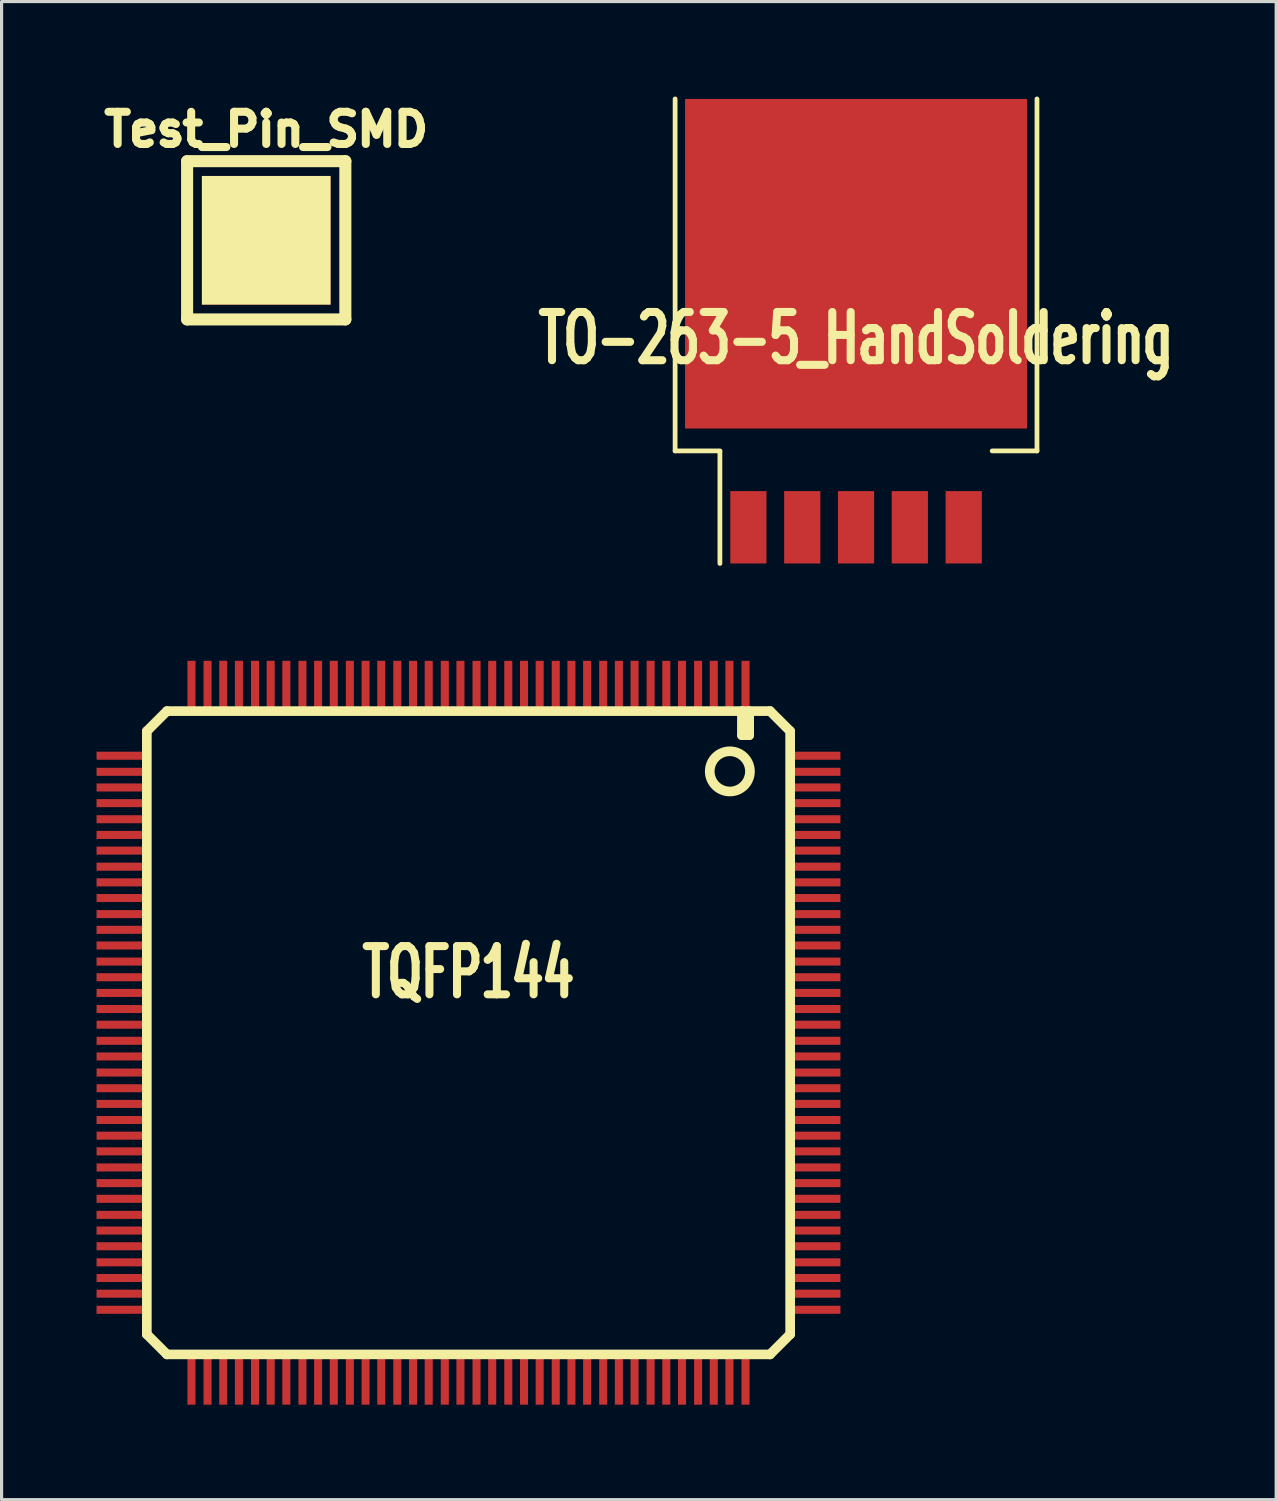
<source format=kicad_pcb>
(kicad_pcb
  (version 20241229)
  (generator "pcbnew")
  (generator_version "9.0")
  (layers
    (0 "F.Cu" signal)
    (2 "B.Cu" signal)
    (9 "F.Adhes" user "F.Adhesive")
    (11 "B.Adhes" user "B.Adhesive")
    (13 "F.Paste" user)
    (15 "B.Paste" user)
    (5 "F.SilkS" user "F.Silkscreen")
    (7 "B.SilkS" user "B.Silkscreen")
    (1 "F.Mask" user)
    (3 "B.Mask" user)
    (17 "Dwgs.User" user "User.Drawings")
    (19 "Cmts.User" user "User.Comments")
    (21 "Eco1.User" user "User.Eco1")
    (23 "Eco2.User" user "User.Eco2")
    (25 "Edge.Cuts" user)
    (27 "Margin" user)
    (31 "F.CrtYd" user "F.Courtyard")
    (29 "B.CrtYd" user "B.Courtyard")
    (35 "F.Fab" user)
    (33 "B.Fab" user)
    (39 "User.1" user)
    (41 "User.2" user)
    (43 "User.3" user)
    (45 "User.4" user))
  (footprint "TQFP144"
    (layer "F.Cu")
    (at 11.748 29.57)
    (property "Reference" "TQFP144" (at 0 -1.905 0) (layer "F.SilkS") (effects (font (size 1.524 1.016) (thickness 0.305))))
    (attr smd)
    (fp_line (start -10.16 -9.525) (end -10.16 9.525) (stroke (width 0.305) (type solid)) (layer "F.SilkS"))
    (fp_line (start -10.16 9.525) (end -9.525 10.16) (stroke (width 0.305) (type solid)) (layer "F.SilkS"))
    (fp_line (start -9.525 -10.16) (end -10.16 -9.525) (stroke (width 0.305) (type solid)) (layer "F.SilkS"))
    (fp_line (start -9.525 10.16) (end 9.525 10.16) (stroke (width 0.305) (type solid)) (layer "F.SilkS"))
    (fp_line (start 8.636 -10.16) (end 8.636 -9.398) (stroke (width 0.305) (type solid)) (layer "F.SilkS"))
    (fp_line (start 8.636 -9.398) (end 8.865 -9.398) (stroke (width 0.305) (type solid)) (layer "F.SilkS"))
    (fp_line (start 8.865 -9.398) (end 8.865 -10.16) (stroke (width 0.305) (type solid)) (layer "F.SilkS"))
    (fp_line (start 9.525 -10.16) (end -9.525 -10.16) (stroke (width 0.305) (type solid)) (layer "F.SilkS"))
    (fp_line (start 9.525 10.16) (end 10.16 9.525) (stroke (width 0.305) (type solid)) (layer "F.SilkS"))
    (fp_line (start 10.16 -9.525) (end 9.525 -10.16) (stroke (width 0.305) (type solid)) (layer "F.SilkS"))
    (fp_line (start 10.16 9.525) (end 10.16 -9.525) (stroke (width 0.305) (type solid)) (layer "F.SilkS"))
    (fp_circle (center 8.255 -8.255) (end 8.255 -8.89) (stroke (width 0.305) (type solid)) (fill no) (layer "F.SilkS"))
    (pad "1" smd rect (at 8.75 -10.986) (size 0.254 1.524) (layers "F.Cu" "F.Mask" "F.Paste"))
    (pad "2" smd rect (at 8.242 -10.986) (size 0.254 1.524) (layers "F.Cu" "F.Mask" "F.Paste"))
    (pad "3" smd rect (at 7.747 -10.986) (size 0.254 1.524) (layers "F.Cu" "F.Mask" "F.Paste"))
    (pad "4" smd rect (at 7.252 -10.986) (size 0.254 1.524) (layers "F.Cu" "F.Mask" "F.Paste"))
    (pad "5" smd rect (at 6.744 -10.986) (size 0.254 1.524) (layers "F.Cu" "F.Mask" "F.Paste"))
    (pad "6" smd rect (at 6.248 -10.986) (size 0.254 1.524) (layers "F.Cu" "F.Mask" "F.Paste"))
    (pad "7" smd rect (at 5.753 -10.986) (size 0.254 1.524) (layers "F.Cu" "F.Mask" "F.Paste"))
    (pad "8" smd rect (at 5.245 -10.986) (size 0.254 1.524) (layers "F.Cu" "F.Mask" "F.Paste"))
    (pad "9" smd rect (at 4.75 -10.986) (size 0.254 1.524) (layers "F.Cu" "F.Mask" "F.Paste"))
    (pad "10" smd rect (at 4.255 -10.986) (size 0.254 1.524) (layers "F.Cu" "F.Mask" "F.Paste"))
    (pad "11" smd rect (at 3.747 -10.986) (size 0.254 1.524) (layers "F.Cu" "F.Mask" "F.Paste"))
    (pad "12" smd rect (at 3.251 -10.986) (size 0.254 1.524) (layers "F.Cu" "F.Mask" "F.Paste"))
    (pad "13" smd rect (at 2.756 -10.986) (size 0.254 1.524) (layers "F.Cu" "F.Mask" "F.Paste"))
    (pad "14" smd rect (at 2.248 -10.986) (size 0.254 1.524) (layers "F.Cu" "F.Mask" "F.Paste"))
    (pad "15" smd rect (at 1.753 -10.986) (size 0.254 1.524) (layers "F.Cu" "F.Mask" "F.Paste"))
    (pad "16" smd rect (at 1.257 -10.986) (size 0.254 1.524) (layers "F.Cu" "F.Mask" "F.Paste"))
    (pad "17" smd rect (at 0.749 -10.986) (size 0.254 1.524) (layers "F.Cu" "F.Mask" "F.Paste"))
    (pad "18" smd rect (at 0.254 -10.986) (size 0.254 1.524) (layers "F.Cu" "F.Mask" "F.Paste"))
    (pad "19" smd rect (at -0.254 -10.986) (size 0.254 1.524) (layers "F.Cu" "F.Mask" "F.Paste"))
    (pad "20" smd rect (at -0.749 -10.986) (size 0.254 1.524) (layers "F.Cu" "F.Mask" "F.Paste"))
    (pad "21" smd rect (at -1.257 -10.986) (size 0.254 1.524) (layers "F.Cu" "F.Mask" "F.Paste"))
    (pad "22" smd rect (at -1.753 -10.986) (size 0.254 1.524) (layers "F.Cu" "F.Mask" "F.Paste"))
    (pad "23" smd rect (at -2.248 -10.986) (size 0.254 1.524) (layers "F.Cu" "F.Mask" "F.Paste"))
    (pad "24" smd rect (at -2.756 -10.986) (size 0.254 1.524) (layers "F.Cu" "F.Mask" "F.Paste"))
    (pad "25" smd rect (at -3.251 -10.986) (size 0.254 1.524) (layers "F.Cu" "F.Mask" "F.Paste"))
    (pad "26" smd rect (at -3.747 -10.986) (size 0.254 1.524) (layers "F.Cu" "F.Mask" "F.Paste"))
    (pad "27" smd rect (at -4.255 -10.986) (size 0.254 1.524) (layers "F.Cu" "F.Mask" "F.Paste"))
    (pad "28" smd rect (at -4.75 -10.986) (size 0.254 1.524) (layers "F.Cu" "F.Mask" "F.Paste"))
    (pad "29" smd rect (at -5.245 -10.986) (size 0.254 1.524) (layers "F.Cu" "F.Mask" "F.Paste"))
    (pad "30" smd rect (at -5.753 -10.986) (size 0.254 1.524) (layers "F.Cu" "F.Mask" "F.Paste"))
    (pad "31" smd rect (at -6.248 -10.986) (size 0.254 1.524) (layers "F.Cu" "F.Mask" "F.Paste"))
    (pad "32" smd rect (at -6.744 -10.986) (size 0.254 1.524) (layers "F.Cu" "F.Mask" "F.Paste"))
    (pad "33" smd rect (at -7.252 -10.986) (size 0.254 1.524) (layers "F.Cu" "F.Mask" "F.Paste"))
    (pad "34" smd rect (at -7.747 -10.986) (size 0.254 1.524) (layers "F.Cu" "F.Mask" "F.Paste"))
    (pad "35" smd rect (at -8.242 -10.986) (size 0.254 1.524) (layers "F.Cu" "F.Mask" "F.Paste"))
    (pad "36" smd rect (at -8.75 -10.986) (size 0.254 1.524) (layers "F.Cu" "F.Mask" "F.Paste"))
    (pad "37" smd rect (at -10.986 -8.75) (size 1.524 0.254) (layers "F.Cu" "F.Mask" "F.Paste"))
    (pad "38" smd rect (at -10.986 -8.242) (size 1.524 0.254) (layers "F.Cu" "F.Mask" "F.Paste"))
    (pad "39" smd rect (at -10.986 -7.747) (size 1.524 0.254) (layers "F.Cu" "F.Mask" "F.Paste"))
    (pad "40" smd rect (at -10.986 -7.252) (size 1.524 0.254) (layers "F.Cu" "F.Mask" "F.Paste"))
    (pad "41" smd rect (at -10.986 -6.744) (size 1.524 0.254) (layers "F.Cu" "F.Mask" "F.Paste"))
    (pad "42" smd rect (at -10.986 -6.248) (size 1.524 0.254) (layers "F.Cu" "F.Mask" "F.Paste"))
    (pad "43" smd rect (at -10.986 -5.753) (size 1.524 0.254) (layers "F.Cu" "F.Mask" "F.Paste"))
    (pad "44" smd rect (at -10.986 -5.245) (size 1.524 0.254) (layers "F.Cu" "F.Mask" "F.Paste"))
    (pad "45" smd rect (at -10.986 -4.75) (size 1.524 0.254) (layers "F.Cu" "F.Mask" "F.Paste"))
    (pad "46" smd rect (at -10.986 -4.255) (size 1.524 0.254) (layers "F.Cu" "F.Mask" "F.Paste"))
    (pad "47" smd rect (at -10.986 -3.747) (size 1.524 0.254) (layers "F.Cu" "F.Mask" "F.Paste"))
    (pad "48" smd rect (at -10.986 -3.251) (size 1.524 0.254) (layers "F.Cu" "F.Mask" "F.Paste"))
    (pad "49" smd rect (at -10.986 -2.756) (size 1.524 0.254) (layers "F.Cu" "F.Mask" "F.Paste"))
    (pad "50" smd rect (at -10.986 -2.248) (size 1.524 0.254) (layers "F.Cu" "F.Mask" "F.Paste"))
    (pad "51" smd rect (at -10.986 -1.753) (size 1.524 0.254) (layers "F.Cu" "F.Mask" "F.Paste"))
    (pad "52" smd rect (at -10.986 -1.257) (size 1.524 0.254) (layers "F.Cu" "F.Mask" "F.Paste"))
    (pad "53" smd rect (at -10.986 -0.749) (size 1.524 0.254) (layers "F.Cu" "F.Mask" "F.Paste"))
    (pad "54" smd rect (at -10.986 -0.254) (size 1.524 0.254) (layers "F.Cu" "F.Mask" "F.Paste"))
    (pad "55" smd rect (at -10.986 0.254) (size 1.524 0.254) (layers "F.Cu" "F.Mask" "F.Paste"))
    (pad "56" smd rect (at -10.986 0.749) (size 1.524 0.254) (layers "F.Cu" "F.Mask" "F.Paste"))
    (pad "57" smd rect (at -10.986 1.257) (size 1.524 0.254) (layers "F.Cu" "F.Mask" "F.Paste"))
    (pad "58" smd rect (at -10.986 1.753) (size 1.524 0.254) (layers "F.Cu" "F.Mask" "F.Paste"))
    (pad "59" smd rect (at -10.986 2.248) (size 1.524 0.254) (layers "F.Cu" "F.Mask" "F.Paste"))
    (pad "60" smd rect (at -10.986 2.756) (size 1.524 0.254) (layers "F.Cu" "F.Mask" "F.Paste"))
    (pad "61" smd rect (at -10.986 3.251) (size 1.524 0.254) (layers "F.Cu" "F.Mask" "F.Paste"))
    (pad "62" smd rect (at -10.986 3.747) (size 1.524 0.254) (layers "F.Cu" "F.Mask" "F.Paste"))
    (pad "63" smd rect (at -10.986 4.255) (size 1.524 0.254) (layers "F.Cu" "F.Mask" "F.Paste"))
    (pad "64" smd rect (at -10.986 4.75) (size 1.524 0.254) (layers "F.Cu" "F.Mask" "F.Paste"))
    (pad "65" smd rect (at -10.986 5.245) (size 1.524 0.254) (layers "F.Cu" "F.Mask" "F.Paste"))
    (pad "66" smd rect (at -10.986 5.753) (size 1.524 0.254) (layers "F.Cu" "F.Mask" "F.Paste"))
    (pad "67" smd rect (at -10.986 6.248) (size 1.524 0.254) (layers "F.Cu" "F.Mask" "F.Paste"))
    (pad "68" smd rect (at -10.986 6.744) (size 1.524 0.254) (layers "F.Cu" "F.Mask" "F.Paste"))
    (pad "69" smd rect (at -10.986 7.252) (size 1.524 0.254) (layers "F.Cu" "F.Mask" "F.Paste"))
    (pad "70" smd rect (at -10.986 7.747) (size 1.524 0.254) (layers "F.Cu" "F.Mask" "F.Paste"))
    (pad "71" smd rect (at -10.986 8.242) (size 1.524 0.254) (layers "F.Cu" "F.Mask" "F.Paste"))
    (pad "72" smd rect (at -10.986 8.75) (size 1.524 0.254) (layers "F.Cu" "F.Mask" "F.Paste"))
    (pad "73" smd rect (at -8.75 10.986) (size 0.254 1.524) (layers "F.Cu" "F.Mask" "F.Paste"))
    (pad "74" smd rect (at -8.242 10.986) (size 0.254 1.524) (layers "F.Cu" "F.Mask" "F.Paste"))
    (pad "75" smd rect (at -7.747 10.986) (size 0.254 1.524) (layers "F.Cu" "F.Mask" "F.Paste"))
    (pad "76" smd rect (at -7.252 10.986) (size 0.254 1.524) (layers "F.Cu" "F.Mask" "F.Paste"))
    (pad "77" smd rect (at -6.744 10.986) (size 0.254 1.524) (layers "F.Cu" "F.Mask" "F.Paste"))
    (pad "78" smd rect (at -6.248 10.986) (size 0.254 1.524) (layers "F.Cu" "F.Mask" "F.Paste"))
    (pad "79" smd rect (at -5.753 10.986) (size 0.254 1.524) (layers "F.Cu" "F.Mask" "F.Paste"))
    (pad "80" smd rect (at -5.245 10.986) (size 0.254 1.524) (layers "F.Cu" "F.Mask" "F.Paste"))
    (pad "81" smd rect (at -4.75 10.986) (size 0.254 1.524) (layers "F.Cu" "F.Mask" "F.Paste"))
    (pad "82" smd rect (at -4.255 10.986) (size 0.254 1.524) (layers "F.Cu" "F.Mask" "F.Paste"))
    (pad "83" smd rect (at -3.747 10.986) (size 0.254 1.524) (layers "F.Cu" "F.Mask" "F.Paste"))
    (pad "84" smd rect (at -3.251 10.986) (size 0.254 1.524) (layers "F.Cu" "F.Mask" "F.Paste"))
    (pad "85" smd rect (at -2.756 10.986) (size 0.254 1.524) (layers "F.Cu" "F.Mask" "F.Paste"))
    (pad "86" smd rect (at -2.248 10.986) (size 0.254 1.524) (layers "F.Cu" "F.Mask" "F.Paste"))
    (pad "87" smd rect (at -1.753 10.986) (size 0.254 1.524) (layers "F.Cu" "F.Mask" "F.Paste"))
    (pad "88" smd rect (at -1.257 10.986) (size 0.254 1.524) (layers "F.Cu" "F.Mask" "F.Paste"))
    (pad "89" smd rect (at -0.749 10.986) (size 0.254 1.524) (layers "F.Cu" "F.Mask" "F.Paste"))
    (pad "90" smd rect (at -0.254 10.986) (size 0.254 1.524) (layers "F.Cu" "F.Mask" "F.Paste"))
    (pad "91" smd rect (at 0.254 10.986) (size 0.254 1.524) (layers "F.Cu" "F.Mask" "F.Paste"))
    (pad "92" smd rect (at 0.749 10.986) (size 0.254 1.524) (layers "F.Cu" "F.Mask" "F.Paste"))
    (pad "93" smd rect (at 1.257 10.986) (size 0.254 1.524) (layers "F.Cu" "F.Mask" "F.Paste"))
    (pad "94" smd rect (at 1.753 10.986) (size 0.254 1.524) (layers "F.Cu" "F.Mask" "F.Paste"))
    (pad "95" smd rect (at 2.248 10.986) (size 0.254 1.524) (layers "F.Cu" "F.Mask" "F.Paste"))
    (pad "96" smd rect (at 2.756 10.986) (size 0.254 1.524) (layers "F.Cu" "F.Mask" "F.Paste"))
    (pad "97" smd rect (at 3.251 10.986) (size 0.254 1.524) (layers "F.Cu" "F.Mask" "F.Paste"))
    (pad "98" smd rect (at 3.747 10.986) (size 0.254 1.524) (layers "F.Cu" "F.Mask" "F.Paste"))
    (pad "99" smd rect (at 4.255 10.986) (size 0.254 1.524) (layers "F.Cu" "F.Mask" "F.Paste"))
    (pad "100" smd rect (at 4.75 10.986) (size 0.254 1.524) (layers "F.Cu" "F.Mask" "F.Paste"))
    (pad "101" smd rect (at 5.245 10.986) (size 0.254 1.524) (layers "F.Cu" "F.Mask" "F.Paste"))
    (pad "102" smd rect (at 5.753 10.986) (size 0.254 1.524) (layers "F.Cu" "F.Mask" "F.Paste"))
    (pad "103" smd rect (at 6.248 10.986) (size 0.254 1.524) (layers "F.Cu" "F.Mask" "F.Paste"))
    (pad "104" smd rect (at 6.744 10.986) (size 0.254 1.524) (layers "F.Cu" "F.Mask" "F.Paste"))
    (pad "105" smd rect (at 7.252 10.986) (size 0.254 1.524) (layers "F.Cu" "F.Mask" "F.Paste"))
    (pad "106" smd rect (at 7.747 10.986) (size 0.254 1.524) (layers "F.Cu" "F.Mask" "F.Paste"))
    (pad "107" smd rect (at 8.242 10.986) (size 0.254 1.524) (layers "F.Cu" "F.Mask" "F.Paste"))
    (pad "108" smd rect (at 8.75 10.986) (size 0.254 1.524) (layers "F.Cu" "F.Mask" "F.Paste"))
    (pad "109" smd rect (at 10.986 8.75) (size 1.524 0.254) (layers "F.Cu" "F.Mask" "F.Paste"))
    (pad "110" smd rect (at 10.986 8.242) (size 1.524 0.254) (layers "F.Cu" "F.Mask" "F.Paste"))
    (pad "111" smd rect (at 10.986 7.747) (size 1.524 0.254) (layers "F.Cu" "F.Mask" "F.Paste"))
    (pad "112" smd rect (at 10.986 7.252) (size 1.524 0.254) (layers "F.Cu" "F.Mask" "F.Paste"))
    (pad "113" smd rect (at 10.986 6.744) (size 1.524 0.254) (layers "F.Cu" "F.Mask" "F.Paste"))
    (pad "114" smd rect (at 10.986 6.248) (size 1.524 0.254) (layers "F.Cu" "F.Mask" "F.Paste"))
    (pad "115" smd rect (at 10.986 5.753) (size 1.524 0.254) (layers "F.Cu" "F.Mask" "F.Paste"))
    (pad "116" smd rect (at 10.986 5.245) (size 1.524 0.254) (layers "F.Cu" "F.Mask" "F.Paste"))
    (pad "117" smd rect (at 10.986 4.75) (size 1.524 0.254) (layers "F.Cu" "F.Mask" "F.Paste"))
    (pad "118" smd rect (at 10.986 4.255) (size 1.524 0.254) (layers "F.Cu" "F.Mask" "F.Paste"))
    (pad "119" smd rect (at 10.986 3.747) (size 1.524 0.254) (layers "F.Cu" "F.Mask" "F.Paste"))
    (pad "120" smd rect (at 10.986 3.251) (size 1.524 0.254) (layers "F.Cu" "F.Mask" "F.Paste"))
    (pad "121" smd rect (at 10.986 2.756) (size 1.524 0.254) (layers "F.Cu" "F.Mask" "F.Paste"))
    (pad "122" smd rect (at 10.986 2.248) (size 1.524 0.254) (layers "F.Cu" "F.Mask" "F.Paste"))
    (pad "123" smd rect (at 10.986 1.753) (size 1.524 0.254) (layers "F.Cu" "F.Mask" "F.Paste"))
    (pad "124" smd rect (at 10.986 1.257) (size 1.524 0.254) (layers "F.Cu" "F.Mask" "F.Paste"))
    (pad "125" smd rect (at 10.986 0.749) (size 1.524 0.254) (layers "F.Cu" "F.Mask" "F.Paste"))
    (pad "126" smd rect (at 10.986 0.254) (size 1.524 0.254) (layers "F.Cu" "F.Mask" "F.Paste"))
    (pad "127" smd rect (at 10.986 -0.254) (size 1.524 0.254) (layers "F.Cu" "F.Mask" "F.Paste"))
    (pad "128" smd rect (at 10.986 -0.749) (size 1.524 0.254) (layers "F.Cu" "F.Mask" "F.Paste"))
    (pad "129" smd rect (at 10.986 -1.257) (size 1.524 0.254) (layers "F.Cu" "F.Mask" "F.Paste"))
    (pad "130" smd rect (at 10.986 -1.753) (size 1.524 0.254) (layers "F.Cu" "F.Mask" "F.Paste"))
    (pad "131" smd rect (at 10.986 -2.248) (size 1.524 0.254) (layers "F.Cu" "F.Mask" "F.Paste"))
    (pad "132" smd rect (at 10.986 -2.756) (size 1.524 0.254) (layers "F.Cu" "F.Mask" "F.Paste"))
    (pad "133" smd rect (at 10.986 -3.251) (size 1.524 0.254) (layers "F.Cu" "F.Mask" "F.Paste"))
    (pad "134" smd rect (at 10.986 -3.747) (size 1.524 0.254) (layers "F.Cu" "F.Mask" "F.Paste"))
    (pad "135" smd rect (at 10.986 -4.255) (size 1.524 0.254) (layers "F.Cu" "F.Mask" "F.Paste"))
    (pad "136" smd rect (at 10.986 -4.75) (size 1.524 0.254) (layers "F.Cu" "F.Mask" "F.Paste"))
    (pad "137" smd rect (at 10.986 -5.245) (size 1.524 0.254) (layers "F.Cu" "F.Mask" "F.Paste"))
    (pad "138" smd rect (at 10.986 -5.753) (size 1.524 0.254) (layers "F.Cu" "F.Mask" "F.Paste"))
    (pad "139" smd rect (at 10.986 -6.248) (size 1.524 0.254) (layers "F.Cu" "F.Mask" "F.Paste"))
    (pad "140" smd rect (at 10.986 -6.744) (size 1.524 0.254) (layers "F.Cu" "F.Mask" "F.Paste"))
    (pad "141" smd rect (at 10.986 -7.252) (size 1.524 0.254) (layers "F.Cu" "F.Mask" "F.Paste"))
    (pad "142" smd rect (at 10.986 -7.747) (size 1.524 0.254) (layers "F.Cu" "F.Mask" "F.Paste"))
    (pad "143" smd rect (at 10.986 -8.242) (size 1.524 0.254) (layers "F.Cu" "F.Mask" "F.Paste"))
    (pad "144" smd rect (at 10.986 -8.75) (size 1.524 0.254) (layers "F.Cu" "F.Mask" "F.Paste")))
  (footprint "TO-263-5_HandSoldering"
    (layer "F.Cu")
    (at 23.989 13.605)
    (property "Reference" "TO-263-5_HandSoldering" (at 0 -5.969 0) (layer "F.SilkS") (effects (font (size 1.524 1.016) (thickness 0.254))))
    (attr smd)
    (fp_line (start -5.715 -2.413) (end -5.715 -13.53) (stroke (width 0.15) (type solid)) (layer "F.SilkS"))
    (fp_line (start -5.715 -2.413) (end -4.3 -2.413) (stroke (width 0.15) (type solid)) (layer "F.SilkS"))
    (fp_line (start -4.3 -2.4) (end -4.3 1.143) (stroke (width 0.15) (type solid)) (layer "F.SilkS"))
    (fp_line (start 4.3 -2.413) (end 5.715 -2.413) (stroke (width 0.15) (type solid)) (layer "F.SilkS"))
    (fp_line (start 5.715 -13.53) (end 5.715 -2.413) (stroke (width 0.15) (type solid)) (layer "F.SilkS"))
    (pad "1" smd rect (at -3.401 0) (size 1.143 2.286) (layers "F.Cu" "F.Mask" "F.Paste"))
    (pad "2" smd rect (at -1.699 0) (size 1.143 2.286) (layers "F.Cu" "F.Mask" "F.Paste"))
    (pad "3" smd rect (at 0 -8.325) (size 10.8 10.41) (layers "F.Cu" "F.Mask" "F.Paste"))
    (pad "3" smd rect (at 0 0) (size 1.143 2.286) (layers "F.Cu" "F.Mask" "F.Paste"))
    (pad "4" smd rect (at 1.699 0) (size 1.143 2.286) (layers "F.Cu" "F.Mask" "F.Paste"))
    (pad "5" smd rect (at 3.401 0) (size 1.143 2.286) (layers "F.Cu" "F.Mask" "F.Paste")))
  (footprint "Test_Pin_SMD"
    (layer "F.Cu")
    (at 5.359 4.54)
    (property "Reference" "Test_Pin_SMD" (at 0 -3.5 0) (layer "F.SilkS") (effects (font (size 1.016 1.016) (thickness 0.254))))
    (attr through_hole)
    (fp_line (start -2.499 -2.499) (end 2.499 -2.499) (stroke (width 0.381) (type solid)) (layer "F.SilkS"))
    (fp_line (start -2.499 2.499) (end -2.499 -2.499) (stroke (width 0.381) (type solid)) (layer "F.SilkS"))
    (fp_line (start 2.499 -2.499) (end 2.499 2.499) (stroke (width 0.381) (type solid)) (layer "F.SilkS"))
    (fp_line (start 2.499 2.499) (end -2.499 2.499) (stroke (width 0.381) (type solid)) (layer "F.SilkS"))
    (pad "1" smd rect (at 0 0) (size 4.064 4.064) (layers "F.Cu" "F.Mask" "F.SilkS" "F.Paste")))
  (gr_rect
    (start -3 -3)
    (end 37.259 44.318)
    (stroke (width 0.1) (type default))
    (fill no)
    (layer "Edge.Cuts")))
</source>
